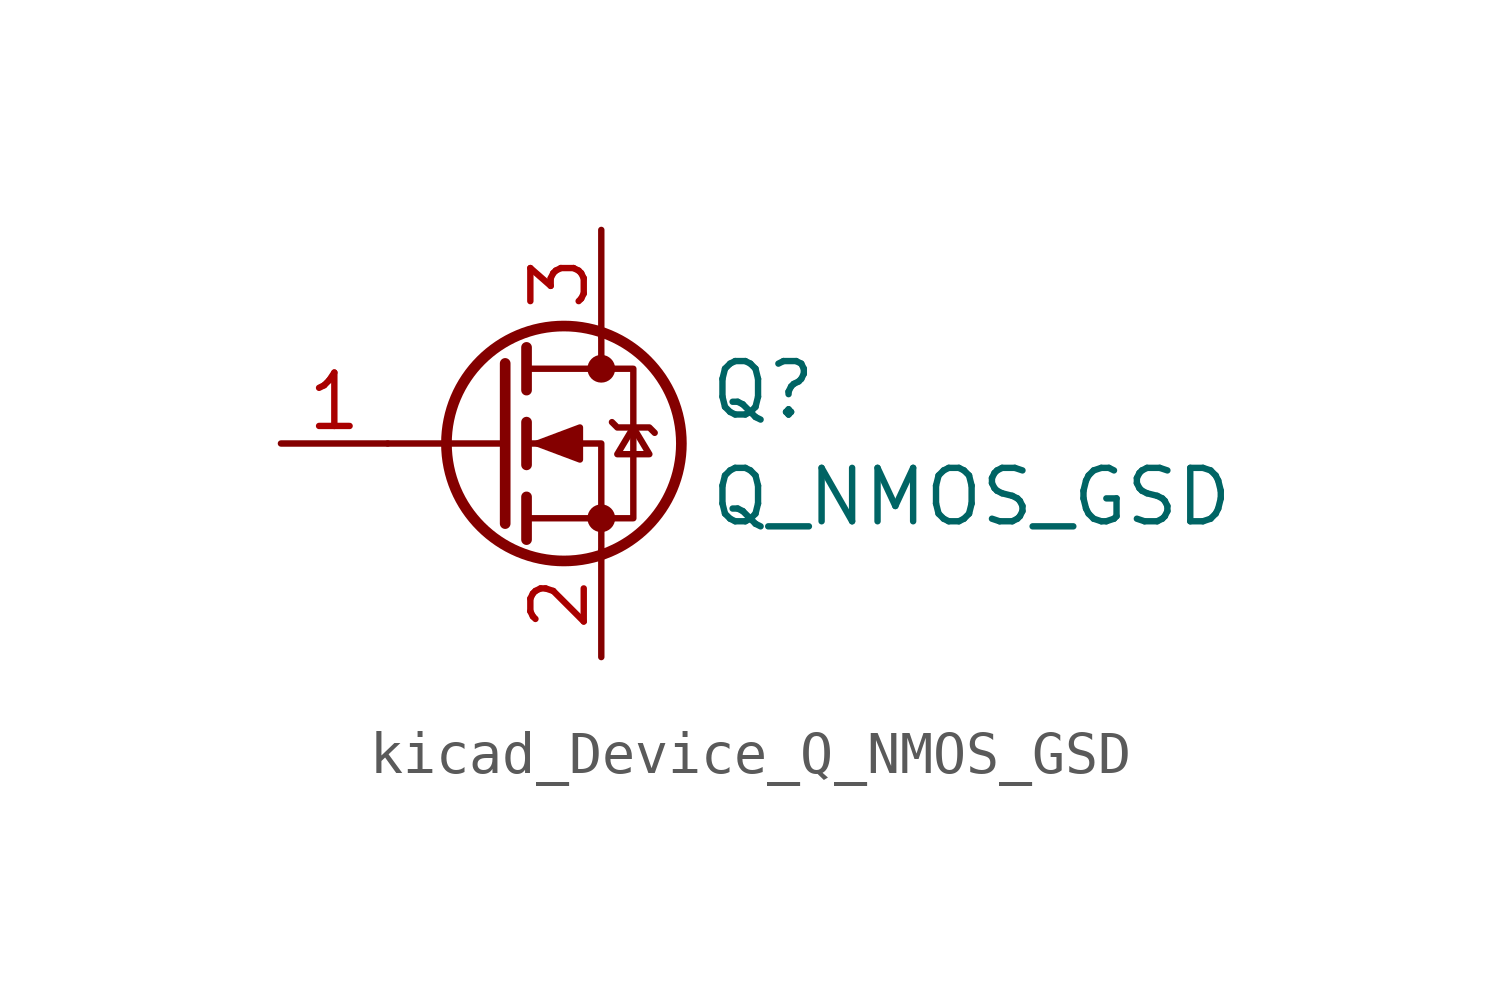
<source format=kicad_sym>
(kicad_symbol_lib
  (version 20220914)
  (generator kicad_symbol_editor)
  (symbol "kicad_Device_Q_NMOS_GSD"
    (pin_names
      (offset 0) hide)
    (property "Reference" "Q"
      (at 5.08 1.27 0)
      (effects (font (size 1.27 1.27)) (justify left)))
    (property "Value" "Q_NMOS_GSD"
      (at 5.08 -1.27 0)
      (effects (font (size 1.27 1.27)) (justify left)))
    (symbol "kicad_Device_Q_NMOS_GSD_0_1"
      (polyline (pts (xy 0.254 0) (xy -2.54 0)) (stroke (width 0) (type default)) (fill (type none)))
      (polyline (pts (xy 0.254 1.905) (xy 0.254 -1.905)) (stroke (width 0.254) (type default)) (fill (type none)))
      (polyline (pts (xy 0.762 -1.27) (xy 0.762 -2.286)) (stroke (width 0.254) (type default)) (fill (type none)))
      (polyline (pts (xy 0.762 0.508) (xy 0.762 -0.508)) (stroke (width 0.254) (type default)) (fill (type none)))
      (polyline (pts (xy 0.762 2.286) (xy 0.762 1.27)) (stroke (width 0.254) (type default)) (fill (type none)))
      (polyline (pts (xy 2.54 2.54) (xy 2.54 1.778)) (stroke (width 0) (type default)) (fill (type none)))
      (polyline (pts (xy 2.54 -2.54) (xy 2.54 0) (xy 0.762 0)) (stroke (width 0) (type default)) (fill (type none)))
      (polyline (pts (xy 0.762 -1.778) (xy 3.302 -1.778) (xy 3.302 1.778) (xy 0.762 1.778)) (stroke (width 0) (type default)) (fill (type none)))
      (polyline (pts (xy 1.016 0) (xy 2.032 0.381) (xy 2.032 -0.381) (xy 1.016 0)) (stroke (width 0) (type default)) (fill (type outline)))
      (polyline (pts (xy 2.794 0.508) (xy 2.921 0.381) (xy 3.683 0.381) (xy 3.81 0.254)) (stroke (width 0) (type default)) (fill (type none)))
      (polyline (pts (xy 3.302 0.381) (xy 2.921 -0.254) (xy 3.683 -0.254) (xy 3.302 0.381)) (stroke (width 0) (type default)) (fill (type none)))
      (circle (center 1.651 0) (radius 2.794) (stroke (width 0.254) (type default)) (fill (type none)))
      (circle (center 2.54 -1.778) (radius 0.254) (stroke (width 0) (type default)) (fill (type outline)))
      (circle (center 2.54 1.778) (radius 0.254) (stroke (width 0) (type default)) (fill (type outline))))
    (symbol "kicad_Device_Q_NMOS_GSD_1_1"
      (pin input line (at -5.08 0 0) (length 2.54) (name "G" (effects (font (size 1.27 1.27)))) (number "1" (effects (font (size 1.27 1.27)))))
      (pin passive line (at 2.54 -5.08 90) (length 2.54) (name "S" (effects (font (size 1.27 1.27)))) (number "2" (effects (font (size 1.27 1.27)))))
      (pin passive line (at 2.54 5.08 270) (length 2.54) (name "D" (effects (font (size 1.27 1.27)))) (number "3" (effects (font (size 1.27 1.27))))))))
</source>
